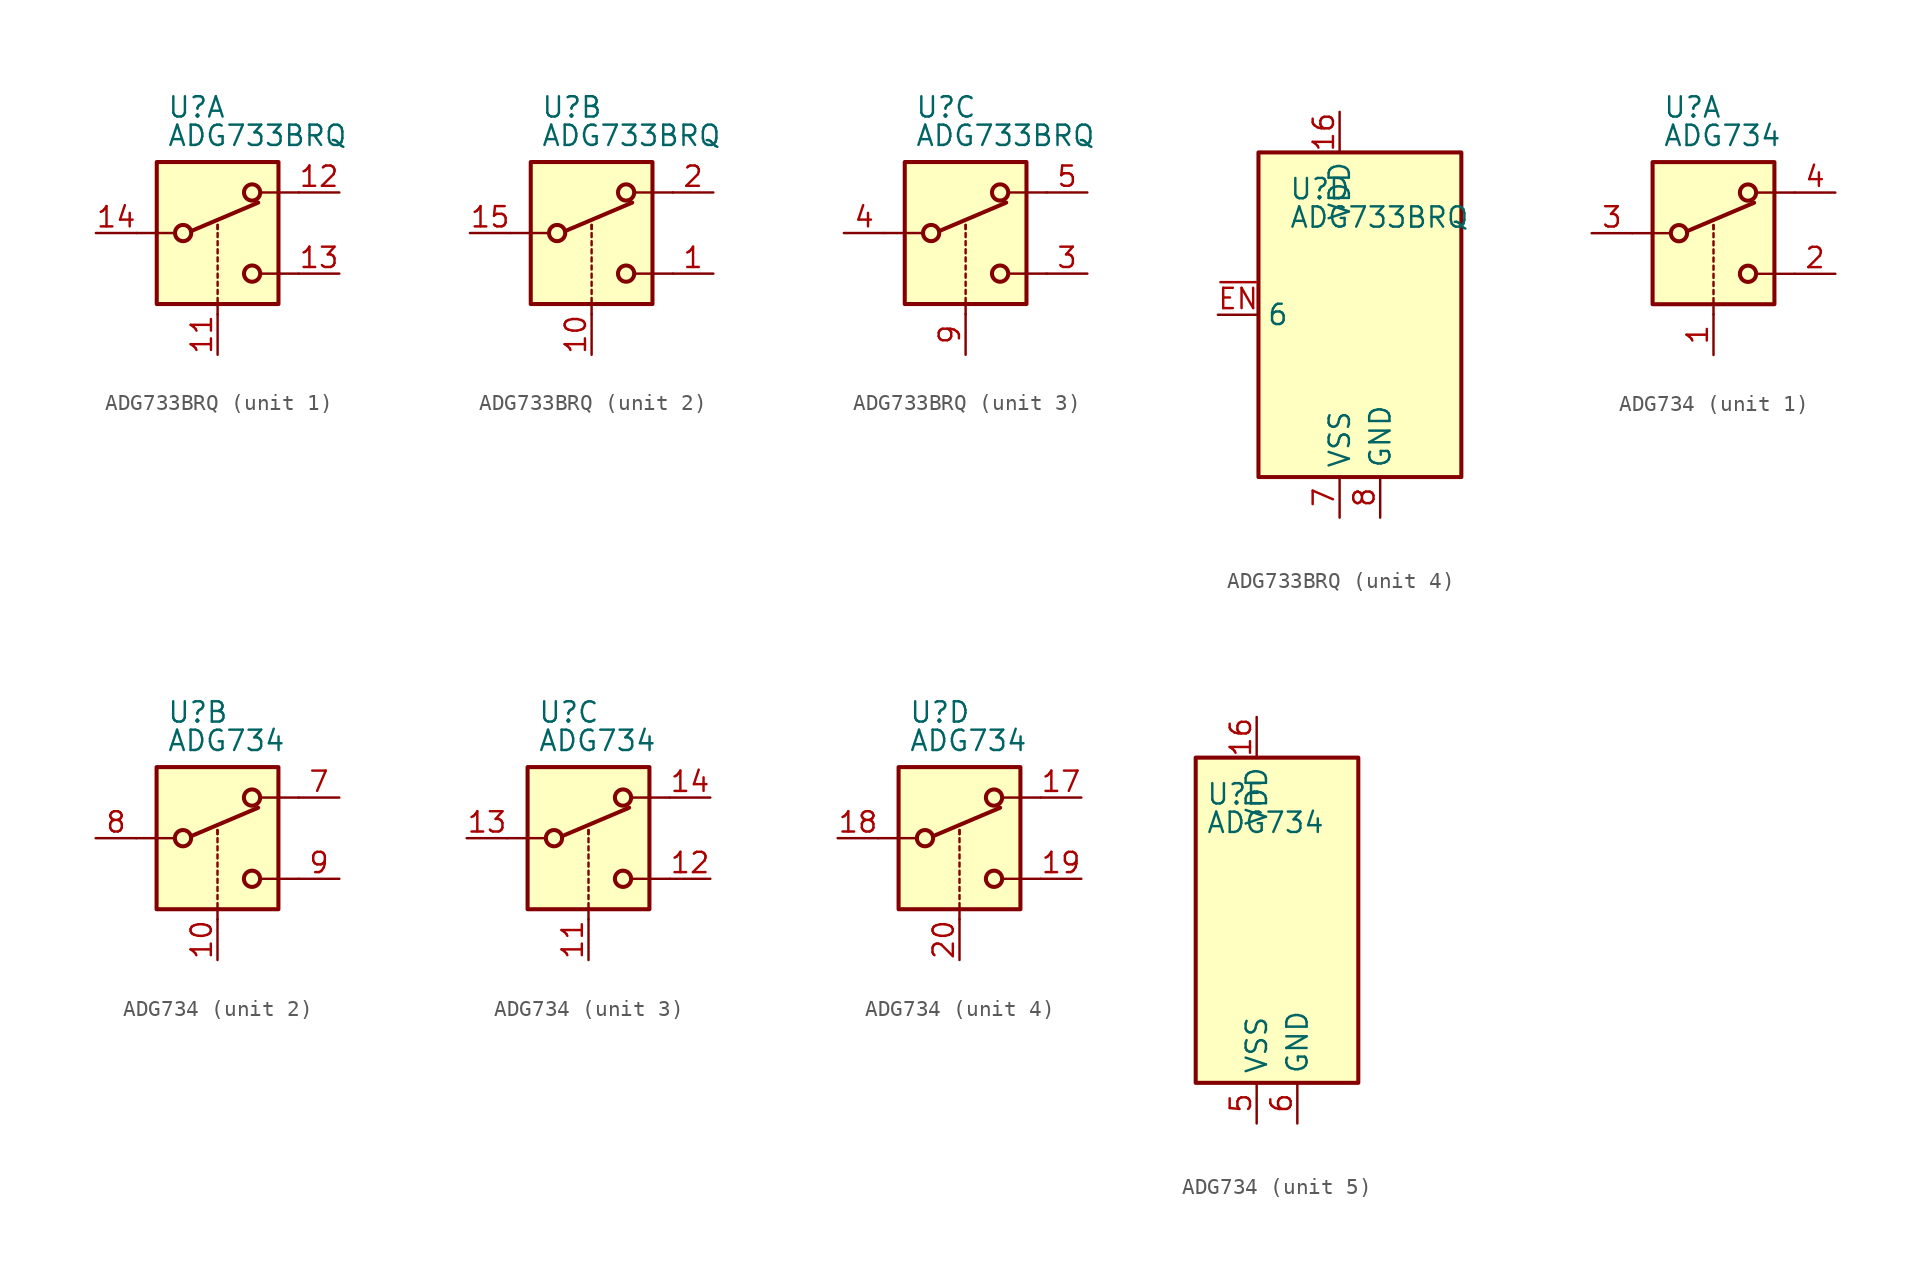
<source format=kicad_sym>
(kicad_symbol_lib
  (version 20231120)
  (generator "kicad_symbol_editor")
  (generator_version "8.0")
  (symbol "ADG733BRQ"
    (property "Reference" "U"
      (at -3.175 7.874 0)
      (effects (font (size 1.27 1.27)) (justify left)))
    (property "Value" "ADG733BRQ"
      (at -3.175 6.096 0)
      (effects (font (size 1.27 1.27)) (justify left)))
    (symbol "ADG733BRQ_1_1"
      (rectangle (start -3.81 4.445) (end 3.81 -4.445) (stroke (width 0.254) (type default)) (fill (type background)))
      (circle (center -2.159 0) (radius 0.508) (stroke (width 0.254) (type default)) (fill (type none)))
      (polyline (pts (xy -5.08 0) (xy -2.794 0)) (stroke (width 0) (type default)) (fill (type none)))
      (polyline (pts (xy -1.651 0.127) (xy 2.54 1.905)) (stroke (width 0.254) (type default)) (fill (type none)))
      (polyline (pts (xy 0 -5.08) (xy 0 -4.572)) (stroke (width 0) (type default)) (fill (type none)))
      (polyline (pts (xy 0 -4.318) (xy 0 -4.064)) (stroke (width 0) (type default)) (fill (type none)))
      (polyline (pts (xy 0 -3.81) (xy 0 -3.556)) (stroke (width 0) (type default)) (fill (type none)))
      (polyline (pts (xy 0 -3.302) (xy 0 -3.048)) (stroke (width 0) (type default)) (fill (type none)))
      (polyline (pts (xy 0 -2.794) (xy 0 -2.54)) (stroke (width 0) (type default)) (fill (type none)))
      (polyline (pts (xy 0 -2.286) (xy 0 -2.032)) (stroke (width 0) (type default)) (fill (type none)))
      (polyline (pts (xy 0 -1.778) (xy 0 -1.524)) (stroke (width 0) (type default)) (fill (type none)))
      (polyline (pts (xy 0 -1.27) (xy 0 -1.016)) (stroke (width 0) (type default)) (fill (type none)))
      (polyline (pts (xy 0 -0.762) (xy 0 -0.508)) (stroke (width 0) (type default)) (fill (type none)))
      (polyline (pts (xy 0 -0.254) (xy 0 0)) (stroke (width 0) (type default)) (fill (type none)))
      (polyline (pts (xy 0 0.254) (xy 0 0.508)) (stroke (width 0) (type default)) (fill (type none)))
      (polyline (pts (xy 0 0.254) (xy 0 0.508)) (stroke (width 0) (type default)) (fill (type none)))
      (polyline (pts (xy 5.08 -2.54) (xy 2.794 -2.54)) (stroke (width 0) (type default)) (fill (type none)))
      (polyline (pts (xy 5.08 2.54) (xy 2.794 2.54)) (stroke (width 0) (type default)) (fill (type none)))
      (circle (center 2.159 -2.54) (radius 0.508) (stroke (width 0.254) (type default)) (fill (type none)))
      (circle (center 2.159 2.54) (radius 0.508) (stroke (width 0.254) (type default)) (fill (type none)))
      (pin input line (at 0 -7.62 90) (length 2.54) (name "~" (effects (font (size 1.27 1.27)))) (number "11" (effects (font (size 1.27 1.27)))))
      (pin passive line (at 7.62 2.54 180) (length 2.54) (name "~" (effects (font (size 1.27 1.27)))) (number "12" (effects (font (size 1.27 1.27)))))
      (pin passive line (at 7.62 -2.54 180) (length 2.54) (name "~" (effects (font (size 1.27 1.27)))) (number "13" (effects (font (size 1.27 1.27)))))
      (pin passive line (at -7.62 0 0) (length 2.54) (name "~" (effects (font (size 1.27 1.27)))) (number "14" (effects (font (size 1.27 1.27))))))
    (symbol "ADG733BRQ_2_1"
      (rectangle (start -3.81 4.445) (end 3.81 -4.445) (stroke (width 0.254) (type default)) (fill (type background)))
      (circle (center -2.159 0) (radius 0.508) (stroke (width 0.254) (type default)) (fill (type none)))
      (polyline (pts (xy -5.08 0) (xy -2.794 0)) (stroke (width 0) (type default)) (fill (type none)))
      (polyline (pts (xy -1.651 0.127) (xy 2.54 1.905)) (stroke (width 0.254) (type default)) (fill (type none)))
      (polyline (pts (xy 0 -5.08) (xy 0 -4.572)) (stroke (width 0) (type default)) (fill (type none)))
      (polyline (pts (xy 0 -4.318) (xy 0 -4.064)) (stroke (width 0) (type default)) (fill (type none)))
      (polyline (pts (xy 0 -3.81) (xy 0 -3.556)) (stroke (width 0) (type default)) (fill (type none)))
      (polyline (pts (xy 0 -3.302) (xy 0 -3.048)) (stroke (width 0) (type default)) (fill (type none)))
      (polyline (pts (xy 0 -2.794) (xy 0 -2.54)) (stroke (width 0) (type default)) (fill (type none)))
      (polyline (pts (xy 0 -2.286) (xy 0 -2.032)) (stroke (width 0) (type default)) (fill (type none)))
      (polyline (pts (xy 0 -1.778) (xy 0 -1.524)) (stroke (width 0) (type default)) (fill (type none)))
      (polyline (pts (xy 0 -1.27) (xy 0 -1.016)) (stroke (width 0) (type default)) (fill (type none)))
      (polyline (pts (xy 0 -0.762) (xy 0 -0.508)) (stroke (width 0) (type default)) (fill (type none)))
      (polyline (pts (xy 0 -0.254) (xy 0 0)) (stroke (width 0) (type default)) (fill (type none)))
      (polyline (pts (xy 0 0.254) (xy 0 0.508)) (stroke (width 0) (type default)) (fill (type none)))
      (polyline (pts (xy 0 0.254) (xy 0 0.508)) (stroke (width 0) (type default)) (fill (type none)))
      (polyline (pts (xy 5.08 -2.54) (xy 2.794 -2.54)) (stroke (width 0) (type default)) (fill (type none)))
      (polyline (pts (xy 5.08 2.54) (xy 2.794 2.54)) (stroke (width 0) (type default)) (fill (type none)))
      (circle (center 2.159 -2.54) (radius 0.508) (stroke (width 0.254) (type default)) (fill (type none)))
      (circle (center 2.159 2.54) (radius 0.508) (stroke (width 0.254) (type default)) (fill (type none)))
      (pin passive line (at 7.62 -2.54 180) (length 2.54) (name "~" (effects (font (size 1.27 1.27)))) (number "1" (effects (font (size 1.27 1.27)))))
      (pin input line (at 0 -7.62 90) (length 2.54) (name "~" (effects (font (size 1.27 1.27)))) (number "10" (effects (font (size 1.27 1.27)))))
      (pin passive line (at -7.62 0 0) (length 2.54) (name "~" (effects (font (size 1.27 1.27)))) (number "15" (effects (font (size 1.27 1.27)))))
      (pin passive line (at 7.62 2.54 180) (length 2.54) (name "~" (effects (font (size 1.27 1.27)))) (number "2" (effects (font (size 1.27 1.27))))))
    (symbol "ADG733BRQ_3_1"
      (rectangle (start -3.81 4.445) (end 3.81 -4.445) (stroke (width 0.254) (type default)) (fill (type background)))
      (circle (center -2.159 0) (radius 0.508) (stroke (width 0.254) (type default)) (fill (type none)))
      (polyline (pts (xy -5.08 0) (xy -2.794 0)) (stroke (width 0) (type default)) (fill (type none)))
      (polyline (pts (xy -1.651 0.127) (xy 2.54 1.905)) (stroke (width 0.254) (type default)) (fill (type none)))
      (polyline (pts (xy 0 -5.08) (xy 0 -4.572)) (stroke (width 0) (type default)) (fill (type none)))
      (polyline (pts (xy 0 -4.318) (xy 0 -4.064)) (stroke (width 0) (type default)) (fill (type none)))
      (polyline (pts (xy 0 -3.81) (xy 0 -3.556)) (stroke (width 0) (type default)) (fill (type none)))
      (polyline (pts (xy 0 -3.302) (xy 0 -3.048)) (stroke (width 0) (type default)) (fill (type none)))
      (polyline (pts (xy 0 -2.794) (xy 0 -2.54)) (stroke (width 0) (type default)) (fill (type none)))
      (polyline (pts (xy 0 -2.286) (xy 0 -2.032)) (stroke (width 0) (type default)) (fill (type none)))
      (polyline (pts (xy 0 -1.778) (xy 0 -1.524)) (stroke (width 0) (type default)) (fill (type none)))
      (polyline (pts (xy 0 -1.27) (xy 0 -1.016)) (stroke (width 0) (type default)) (fill (type none)))
      (polyline (pts (xy 0 -0.762) (xy 0 -0.508)) (stroke (width 0) (type default)) (fill (type none)))
      (polyline (pts (xy 0 -0.254) (xy 0 0)) (stroke (width 0) (type default)) (fill (type none)))
      (polyline (pts (xy 0 0.254) (xy 0 0.508)) (stroke (width 0) (type default)) (fill (type none)))
      (polyline (pts (xy 0 0.254) (xy 0 0.508)) (stroke (width 0) (type default)) (fill (type none)))
      (polyline (pts (xy 5.08 -2.54) (xy 2.794 -2.54)) (stroke (width 0) (type default)) (fill (type none)))
      (polyline (pts (xy 5.08 2.54) (xy 2.794 2.54)) (stroke (width 0) (type default)) (fill (type none)))
      (circle (center 2.159 -2.54) (radius 0.508) (stroke (width 0.254) (type default)) (fill (type none)))
      (circle (center 2.159 2.54) (radius 0.508) (stroke (width 0.254) (type default)) (fill (type none)))
      (pin passive line (at 7.62 -2.54 180) (length 2.54) (name "~" (effects (font (size 1.27 1.27)))) (number "3" (effects (font (size 1.27 1.27)))))
      (pin passive line (at -7.62 0 0) (length 2.54) (name "~" (effects (font (size 1.27 1.27)))) (number "4" (effects (font (size 1.27 1.27)))))
      (pin passive line (at 7.62 2.54 180) (length 2.54) (name "~" (effects (font (size 1.27 1.27)))) (number "5" (effects (font (size 1.27 1.27)))))
      (pin input line (at 0 -7.62 90) (length 2.54) (name "~" (effects (font (size 1.27 1.27)))) (number "9" (effects (font (size 1.27 1.27))))))
    (symbol "ADG733BRQ_4_0"
      (pin power_in line (at 0 12.7 270) (length 2.54) (name "VDD" (effects (font (size 1.27 1.27)))) (number "16" (effects (font (size 1.27 1.27)))))
      (pin power_in line (at 0 -12.7 90) (length 2.54) (name "VSS" (effects (font (size 1.27 1.27)))) (number "7" (effects (font (size 1.27 1.27)))))
      (pin power_in line (at 2.54 -12.7 90) (length 2.54) (name "GND" (effects (font (size 1.27 1.27)))) (number "8" (effects (font (size 1.27 1.27)))))
      (pin input line (at -7.62 0 0) (length 2.54) (name "6" (effects (font (size 1.27 1.27)))) (number "~{EN}" (effects (font (size 1.27 1.27))))))
    (symbol "ADG733BRQ_4_1"
      (rectangle (start -5.08 10.16) (end 7.62 -10.16) (stroke (width 0.254) (type default)) (fill (type background)))))
  (symbol "ADG734"
    (property "Reference" "U"
      (at -3.175 7.874 0)
      (effects (font (size 1.27 1.27)) (justify left)))
    (property "Value" "ADG734"
      (at -3.175 6.096 0)
      (effects (font (size 1.27 1.27)) (justify left)))
    (symbol "ADG734_1_1"
      (rectangle (start -3.81 4.445) (end 3.81 -4.445) (stroke (width 0.254) (type default)) (fill (type background)))
      (circle (center -2.159 0) (radius 0.508) (stroke (width 0.254) (type default)) (fill (type none)))
      (polyline (pts (xy -5.08 0) (xy -2.794 0)) (stroke (width 0) (type default)) (fill (type none)))
      (polyline (pts (xy -1.651 0.127) (xy 2.54 1.905)) (stroke (width 0.254) (type default)) (fill (type none)))
      (polyline (pts (xy 0 -5.08) (xy 0 -4.572)) (stroke (width 0) (type default)) (fill (type none)))
      (polyline (pts (xy 0 -4.318) (xy 0 -4.064)) (stroke (width 0) (type default)) (fill (type none)))
      (polyline (pts (xy 0 -3.81) (xy 0 -3.556)) (stroke (width 0) (type default)) (fill (type none)))
      (polyline (pts (xy 0 -3.302) (xy 0 -3.048)) (stroke (width 0) (type default)) (fill (type none)))
      (polyline (pts (xy 0 -2.794) (xy 0 -2.54)) (stroke (width 0) (type default)) (fill (type none)))
      (polyline (pts (xy 0 -2.286) (xy 0 -2.032)) (stroke (width 0) (type default)) (fill (type none)))
      (polyline (pts (xy 0 -1.778) (xy 0 -1.524)) (stroke (width 0) (type default)) (fill (type none)))
      (polyline (pts (xy 0 -1.27) (xy 0 -1.016)) (stroke (width 0) (type default)) (fill (type none)))
      (polyline (pts (xy 0 -0.762) (xy 0 -0.508)) (stroke (width 0) (type default)) (fill (type none)))
      (polyline (pts (xy 0 -0.254) (xy 0 0)) (stroke (width 0) (type default)) (fill (type none)))
      (polyline (pts (xy 0 0.254) (xy 0 0.508)) (stroke (width 0) (type default)) (fill (type none)))
      (polyline (pts (xy 0 0.254) (xy 0 0.508)) (stroke (width 0) (type default)) (fill (type none)))
      (polyline (pts (xy 5.08 -2.54) (xy 2.794 -2.54)) (stroke (width 0) (type default)) (fill (type none)))
      (polyline (pts (xy 5.08 2.54) (xy 2.794 2.54)) (stroke (width 0) (type default)) (fill (type none)))
      (circle (center 2.159 -2.54) (radius 0.508) (stroke (width 0.254) (type default)) (fill (type none)))
      (circle (center 2.159 2.54) (radius 0.508) (stroke (width 0.254) (type default)) (fill (type none)))
      (pin input line (at 0 -7.62 90) (length 2.54) (name "~" (effects (font (size 1.27 1.27)))) (number "1" (effects (font (size 1.27 1.27)))))
      (pin passive line (at 7.62 -2.54 180) (length 2.54) (name "~" (effects (font (size 1.27 1.27)))) (number "2" (effects (font (size 1.27 1.27)))))
      (pin passive line (at -7.62 0 0) (length 2.54) (name "~" (effects (font (size 1.27 1.27)))) (number "3" (effects (font (size 1.27 1.27)))))
      (pin passive line (at 7.62 2.54 180) (length 2.54) (name "~" (effects (font (size 1.27 1.27)))) (number "4" (effects (font (size 1.27 1.27))))))
    (symbol "ADG734_2_1"
      (rectangle (start -3.81 4.445) (end 3.81 -4.445) (stroke (width 0.254) (type default)) (fill (type background)))
      (circle (center -2.159 0) (radius 0.508) (stroke (width 0.254) (type default)) (fill (type none)))
      (polyline (pts (xy -5.08 0) (xy -2.794 0)) (stroke (width 0) (type default)) (fill (type none)))
      (polyline (pts (xy -1.651 0.127) (xy 2.54 1.905)) (stroke (width 0.254) (type default)) (fill (type none)))
      (polyline (pts (xy 0 -5.08) (xy 0 -4.572)) (stroke (width 0) (type default)) (fill (type none)))
      (polyline (pts (xy 0 -4.318) (xy 0 -4.064)) (stroke (width 0) (type default)) (fill (type none)))
      (polyline (pts (xy 0 -3.81) (xy 0 -3.556)) (stroke (width 0) (type default)) (fill (type none)))
      (polyline (pts (xy 0 -3.302) (xy 0 -3.048)) (stroke (width 0) (type default)) (fill (type none)))
      (polyline (pts (xy 0 -2.794) (xy 0 -2.54)) (stroke (width 0) (type default)) (fill (type none)))
      (polyline (pts (xy 0 -2.286) (xy 0 -2.032)) (stroke (width 0) (type default)) (fill (type none)))
      (polyline (pts (xy 0 -1.778) (xy 0 -1.524)) (stroke (width 0) (type default)) (fill (type none)))
      (polyline (pts (xy 0 -1.27) (xy 0 -1.016)) (stroke (width 0) (type default)) (fill (type none)))
      (polyline (pts (xy 0 -0.762) (xy 0 -0.508)) (stroke (width 0) (type default)) (fill (type none)))
      (polyline (pts (xy 0 -0.254) (xy 0 0)) (stroke (width 0) (type default)) (fill (type none)))
      (polyline (pts (xy 0 0.254) (xy 0 0.508)) (stroke (width 0) (type default)) (fill (type none)))
      (polyline (pts (xy 0 0.254) (xy 0 0.508)) (stroke (width 0) (type default)) (fill (type none)))
      (polyline (pts (xy 5.08 -2.54) (xy 2.794 -2.54)) (stroke (width 0) (type default)) (fill (type none)))
      (polyline (pts (xy 5.08 2.54) (xy 2.794 2.54)) (stroke (width 0) (type default)) (fill (type none)))
      (circle (center 2.159 -2.54) (radius 0.508) (stroke (width 0.254) (type default)) (fill (type none)))
      (circle (center 2.159 2.54) (radius 0.508) (stroke (width 0.254) (type default)) (fill (type none)))
      (pin input line (at 0 -7.62 90) (length 2.54) (name "~" (effects (font (size 1.27 1.27)))) (number "10" (effects (font (size 1.27 1.27)))))
      (pin passive line (at 7.62 2.54 180) (length 2.54) (name "~" (effects (font (size 1.27 1.27)))) (number "7" (effects (font (size 1.27 1.27)))))
      (pin passive line (at -7.62 0 0) (length 2.54) (name "~" (effects (font (size 1.27 1.27)))) (number "8" (effects (font (size 1.27 1.27)))))
      (pin passive line (at 7.62 -2.54 180) (length 2.54) (name "~" (effects (font (size 1.27 1.27)))) (number "9" (effects (font (size 1.27 1.27))))))
    (symbol "ADG734_3_1"
      (rectangle (start -3.81 4.445) (end 3.81 -4.445) (stroke (width 0.254) (type default)) (fill (type background)))
      (circle (center -2.159 0) (radius 0.508) (stroke (width 0.254) (type default)) (fill (type none)))
      (polyline (pts (xy -5.08 0) (xy -2.794 0)) (stroke (width 0) (type default)) (fill (type none)))
      (polyline (pts (xy -1.651 0.127) (xy 2.54 1.905)) (stroke (width 0.254) (type default)) (fill (type none)))
      (polyline (pts (xy 0 -5.08) (xy 0 -4.572)) (stroke (width 0) (type default)) (fill (type none)))
      (polyline (pts (xy 0 -4.318) (xy 0 -4.064)) (stroke (width 0) (type default)) (fill (type none)))
      (polyline (pts (xy 0 -3.81) (xy 0 -3.556)) (stroke (width 0) (type default)) (fill (type none)))
      (polyline (pts (xy 0 -3.302) (xy 0 -3.048)) (stroke (width 0) (type default)) (fill (type none)))
      (polyline (pts (xy 0 -2.794) (xy 0 -2.54)) (stroke (width 0) (type default)) (fill (type none)))
      (polyline (pts (xy 0 -2.286) (xy 0 -2.032)) (stroke (width 0) (type default)) (fill (type none)))
      (polyline (pts (xy 0 -1.778) (xy 0 -1.524)) (stroke (width 0) (type default)) (fill (type none)))
      (polyline (pts (xy 0 -1.27) (xy 0 -1.016)) (stroke (width 0) (type default)) (fill (type none)))
      (polyline (pts (xy 0 -0.762) (xy 0 -0.508)) (stroke (width 0) (type default)) (fill (type none)))
      (polyline (pts (xy 0 -0.254) (xy 0 0)) (stroke (width 0) (type default)) (fill (type none)))
      (polyline (pts (xy 0 0.254) (xy 0 0.508)) (stroke (width 0) (type default)) (fill (type none)))
      (polyline (pts (xy 0 0.254) (xy 0 0.508)) (stroke (width 0) (type default)) (fill (type none)))
      (polyline (pts (xy 5.08 -2.54) (xy 2.794 -2.54)) (stroke (width 0) (type default)) (fill (type none)))
      (polyline (pts (xy 5.08 2.54) (xy 2.794 2.54)) (stroke (width 0) (type default)) (fill (type none)))
      (circle (center 2.159 -2.54) (radius 0.508) (stroke (width 0.254) (type default)) (fill (type none)))
      (circle (center 2.159 2.54) (radius 0.508) (stroke (width 0.254) (type default)) (fill (type none)))
      (pin input line (at 0 -7.62 90) (length 2.54) (name "~" (effects (font (size 1.27 1.27)))) (number "11" (effects (font (size 1.27 1.27)))))
      (pin passive line (at 7.62 -2.54 180) (length 2.54) (name "~" (effects (font (size 1.27 1.27)))) (number "12" (effects (font (size 1.27 1.27)))))
      (pin passive line (at -7.62 0 0) (length 2.54) (name "~" (effects (font (size 1.27 1.27)))) (number "13" (effects (font (size 1.27 1.27)))))
      (pin passive line (at 7.62 2.54 180) (length 2.54) (name "~" (effects (font (size 1.27 1.27)))) (number "14" (effects (font (size 1.27 1.27))))))
    (symbol "ADG734_4_1"
      (rectangle (start -3.81 4.445) (end 3.81 -4.445) (stroke (width 0.254) (type default)) (fill (type background)))
      (circle (center -2.159 0) (radius 0.508) (stroke (width 0.254) (type default)) (fill (type none)))
      (polyline (pts (xy -5.08 0) (xy -2.794 0)) (stroke (width 0) (type default)) (fill (type none)))
      (polyline (pts (xy -1.651 0.127) (xy 2.54 1.905)) (stroke (width 0.254) (type default)) (fill (type none)))
      (polyline (pts (xy 0 -5.08) (xy 0 -4.572)) (stroke (width 0) (type default)) (fill (type none)))
      (polyline (pts (xy 0 -4.318) (xy 0 -4.064)) (stroke (width 0) (type default)) (fill (type none)))
      (polyline (pts (xy 0 -3.81) (xy 0 -3.556)) (stroke (width 0) (type default)) (fill (type none)))
      (polyline (pts (xy 0 -3.302) (xy 0 -3.048)) (stroke (width 0) (type default)) (fill (type none)))
      (polyline (pts (xy 0 -2.794) (xy 0 -2.54)) (stroke (width 0) (type default)) (fill (type none)))
      (polyline (pts (xy 0 -2.286) (xy 0 -2.032)) (stroke (width 0) (type default)) (fill (type none)))
      (polyline (pts (xy 0 -1.778) (xy 0 -1.524)) (stroke (width 0) (type default)) (fill (type none)))
      (polyline (pts (xy 0 -1.27) (xy 0 -1.016)) (stroke (width 0) (type default)) (fill (type none)))
      (polyline (pts (xy 0 -0.762) (xy 0 -0.508)) (stroke (width 0) (type default)) (fill (type none)))
      (polyline (pts (xy 0 -0.254) (xy 0 0)) (stroke (width 0) (type default)) (fill (type none)))
      (polyline (pts (xy 0 0.254) (xy 0 0.508)) (stroke (width 0) (type default)) (fill (type none)))
      (polyline (pts (xy 0 0.254) (xy 0 0.508)) (stroke (width 0) (type default)) (fill (type none)))
      (polyline (pts (xy 5.08 -2.54) (xy 2.794 -2.54)) (stroke (width 0) (type default)) (fill (type none)))
      (polyline (pts (xy 5.08 2.54) (xy 2.794 2.54)) (stroke (width 0) (type default)) (fill (type none)))
      (circle (center 2.159 -2.54) (radius 0.508) (stroke (width 0.254) (type default)) (fill (type none)))
      (circle (center 2.159 2.54) (radius 0.508) (stroke (width 0.254) (type default)) (fill (type none)))
      (pin passive line (at 7.62 2.54 180) (length 2.54) (name "~" (effects (font (size 1.27 1.27)))) (number "17" (effects (font (size 1.27 1.27)))))
      (pin passive line (at -7.62 0 0) (length 2.54) (name "~" (effects (font (size 1.27 1.27)))) (number "18" (effects (font (size 1.27 1.27)))))
      (pin passive line (at 7.62 -2.54 180) (length 2.54) (name "~" (effects (font (size 1.27 1.27)))) (number "19" (effects (font (size 1.27 1.27)))))
      (pin input line (at 0 -7.62 90) (length 2.54) (name "~" (effects (font (size 1.27 1.27)))) (number "20" (effects (font (size 1.27 1.27))))))
    (symbol "ADG734_5_0"
      (pin no_connect line (at 2.54 10.16 270) (length 2.54) hide (name "NC" (effects (font (size 1.27 1.27)))) (number "15" (effects (font (size 1.27 1.27)))))
      (pin power_in line (at 0 12.7 270) (length 2.54) (name "VDD" (effects (font (size 1.27 1.27)))) (number "16" (effects (font (size 1.27 1.27)))))
      (pin power_in line (at 0 -12.7 90) (length 2.54) (name "VSS" (effects (font (size 1.27 1.27)))) (number "5" (effects (font (size 1.27 1.27)))))
      (pin power_in line (at 2.54 -12.7 90) (length 2.54) (name "GND" (effects (font (size 1.27 1.27)))) (number "6" (effects (font (size 1.27 1.27))))))
    (symbol "ADG734_5_1"
      (rectangle (start -3.81 10.16) (end 6.35 -10.16) (stroke (width 0.254) (type default)) (fill (type background))))))
</source>
